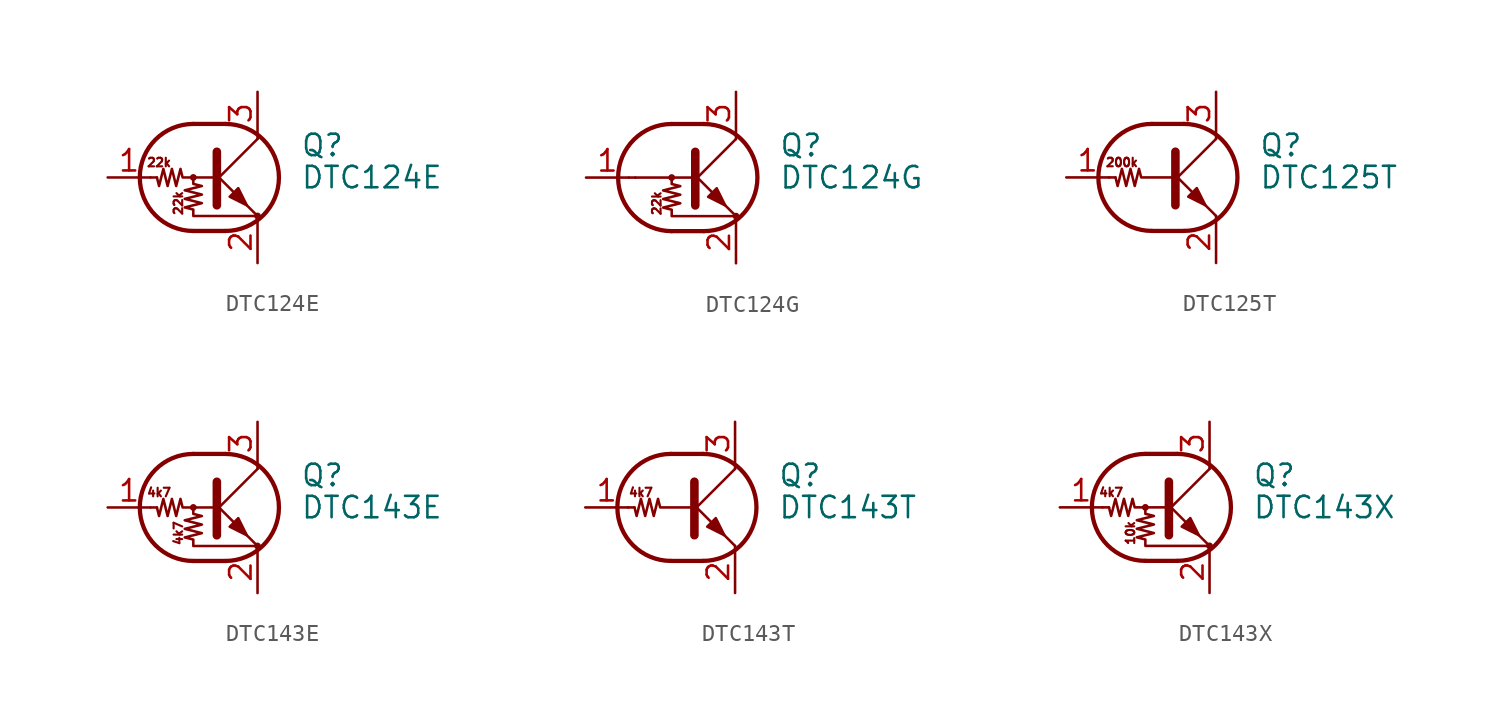
<source format=kicad_sym>
(kicad_symbol_lib
  (version 20220914)
  (generator kicad_symbol_editor)
  (symbol "DTC124E"
    (pin_names
      (offset 0) hide)
    (property "Reference" "Q"
      (at 5.08 1.905 0)
      (effects (font (size 1.27 1.27)) (justify left)))
    (property "Value" "DTC124E"
      (at 5.08 0 0)
      (effects (font (size 1.27 1.27)) (justify left)))
    (symbol "DTC124E_0_0"
      (text "22k" (at -3.302 0.889 0) (effects (font (size 0.508 0.508))))
      (text "22k" (at -2.159 -1.524 900) (effects (font (size 0.508 0.508)))))
    (symbol "DTC124E_0_1"
      (circle (center -1.27 0) (radius 0.127) (stroke (width 0) (type default)) (fill (type none)))
      (arc (start -1.27 3.175) (mid -4.4312 0) (end -1.27 -3.175) (stroke (width 0.254) (type default)) (fill (type none)))
      (polyline (pts (xy -3.429 0) (xy -3.81 0)) (stroke (width 0) (type default)) (fill (type none)))
      (polyline (pts (xy -1.27 -3.175) (xy 0.635 -3.175)) (stroke (width 0.254) (type default)) (fill (type none)))
      (polyline (pts (xy -1.27 3.175) (xy 0.635 3.175)) (stroke (width 0.254) (type default)) (fill (type none)))
      (polyline (pts (xy 0 -0.254) (xy 2.54 2.286)) (stroke (width 0) (type default)) (fill (type none)))
      (polyline (pts (xy 0.127 1.524) (xy 0.127 -1.651)) (stroke (width 0.508) (type default)) (fill (type outline)))
      (polyline (pts (xy 2.54 2.286) (xy 2.54 2.54)) (stroke (width 0) (type default)) (fill (type none)))
      (polyline (pts (xy 2.54 -2.286) (xy 0 0.254) (xy 0 0.254)) (stroke (width 0) (type default)) (fill (type none)))
      (polyline (pts (xy 0.889 -1.143) (xy 1.397 -0.635) (xy 1.905 -1.651) (xy 0.889 -1.143)) (stroke (width 0) (type default)) (fill (type outline)))
      (polyline (pts (xy 0 0) (xy -1.905 0) (xy -2.032 0.508) (xy -2.286 -0.508) (xy -2.54 0.508) (xy -2.794 -0.508) (xy -3.048 0.508) (xy -3.302 -0.508) (xy -3.429 0)) (stroke (width 0) (type default)) (fill (type none)))
      (polyline (pts (xy -1.27 0) (xy -1.27 -0.381) (xy -0.762 -0.508) (xy -1.778 -0.762) (xy -0.762 -1.016) (xy -1.778 -1.27) (xy -0.762 -1.524) (xy -1.778 -1.778) (xy -1.27 -1.905) (xy -1.27 -2.286) (xy 2.54 -2.286)) (stroke (width 0) (type default)) (fill (type none)))
      (arc (start 0.635 -3.175) (mid 3.7962 0) (end 0.635 3.175) (stroke (width 0.254) (type default)) (fill (type none)))
      (circle (center 2.54 -2.286) (radius 0.127) (stroke (width 0) (type default)) (fill (type none))))
    (symbol "DTC124E_1_1"
      (pin input line (at -6.35 0 0) (length 2.54) (name "B" (effects (font (size 1.27 1.27)))) (number "1" (effects (font (size 1.27 1.27)))))
      (pin passive line (at 2.54 -5.08 90) (length 2.54) (name "E" (effects (font (size 1.27 1.27)))) (number "2" (effects (font (size 1.27 1.27)))))
      (pin passive line (at 2.54 5.08 270) (length 2.54) (name "C" (effects (font (size 1.27 1.27)))) (number "3" (effects (font (size 1.27 1.27)))))))
  (symbol "DTC124G"
    (pin_names
      (offset 0) hide)
    (property "Reference" "Q"
      (at 5.08 1.905 0)
      (effects (font (size 1.27 1.27)) (justify left)))
    (property "Value" "DTC124G"
      (at 5.08 0 0)
      (effects (font (size 1.27 1.27)) (justify left)))
    (symbol "DTC124G_0_0"
      (polyline (pts (xy -3.429 0) (xy 0 0)) (stroke (width 0) (type default)) (fill (type none)))
      (text "22k" (at -2.159 -1.524 900) (effects (font (size 0.508 0.508)))))
    (symbol "DTC124G_0_1"
      (circle (center -1.27 0) (radius 0.127) (stroke (width 0) (type default)) (fill (type none)))
      (arc (start -1.27 3.175) (mid -4.4312 0) (end -1.27 -3.175) (stroke (width 0.254) (type default)) (fill (type none)))
      (polyline (pts (xy -3.429 0) (xy -3.81 0)) (stroke (width 0) (type default)) (fill (type none)))
      (polyline (pts (xy -1.27 -3.175) (xy 0.635 -3.175)) (stroke (width 0.254) (type default)) (fill (type none)))
      (polyline (pts (xy -1.27 3.175) (xy 0.635 3.175)) (stroke (width 0.254) (type default)) (fill (type none)))
      (polyline (pts (xy 0 -0.254) (xy 2.54 2.286)) (stroke (width 0) (type default)) (fill (type none)))
      (polyline (pts (xy 0.127 1.524) (xy 0.127 -1.651)) (stroke (width 0.508) (type default)) (fill (type outline)))
      (polyline (pts (xy 2.54 2.286) (xy 2.54 2.54)) (stroke (width 0) (type default)) (fill (type none)))
      (polyline (pts (xy 2.54 -2.286) (xy 0 0.254) (xy 0 0.254)) (stroke (width 0) (type default)) (fill (type none)))
      (polyline (pts (xy 0.889 -1.143) (xy 1.397 -0.635) (xy 1.905 -1.651) (xy 0.889 -1.143)) (stroke (width 0) (type default)) (fill (type outline)))
      (polyline (pts (xy -1.27 0) (xy -1.27 -0.381) (xy -0.762 -0.508) (xy -1.778 -0.762) (xy -0.762 -1.016) (xy -1.778 -1.27) (xy -0.762 -1.524) (xy -1.778 -1.778) (xy -1.27 -1.905) (xy -1.27 -2.286) (xy 2.54 -2.286)) (stroke (width 0) (type default)) (fill (type none)))
      (arc (start 0.635 -3.175) (mid 3.7962 0) (end 0.635 3.175) (stroke (width 0.254) (type default)) (fill (type none)))
      (circle (center 2.54 -2.286) (radius 0.127) (stroke (width 0) (type default)) (fill (type none))))
    (symbol "DTC124G_1_1"
      (pin input line (at -6.35 0 0) (length 2.54) (name "B" (effects (font (size 1.27 1.27)))) (number "1" (effects (font (size 1.27 1.27)))))
      (pin passive line (at 2.54 -5.08 90) (length 2.54) (name "E" (effects (font (size 1.27 1.27)))) (number "2" (effects (font (size 1.27 1.27)))))
      (pin passive line (at 2.54 5.08 270) (length 2.54) (name "C" (effects (font (size 1.27 1.27)))) (number "3" (effects (font (size 1.27 1.27)))))))
  (symbol "DTC125T"
    (pin_names
      (offset 0) hide)
    (property "Reference" "Q"
      (at 5.08 1.905 0)
      (effects (font (size 1.27 1.27)) (justify left)))
    (property "Value" "DTC125T"
      (at 5.08 0 0)
      (effects (font (size 1.27 1.27)) (justify left)))
    (symbol "DTC125T_0_0"
      (polyline (pts (xy 2.54 -2.286) (xy 2.54 -2.54)) (stroke (width 0) (type default)) (fill (type none)))
      (text "200k" (at -3.048 0.889 0) (effects (font (size 0.508 0.508)))))
    (symbol "DTC125T_0_1"
      (arc (start -1.27 3.175) (mid -4.4312 0) (end -1.27 -3.175) (stroke (width 0.254) (type default)) (fill (type none)))
      (polyline (pts (xy -3.429 0) (xy -3.81 0)) (stroke (width 0) (type default)) (fill (type none)))
      (polyline (pts (xy -1.27 -3.175) (xy 0.635 -3.175)) (stroke (width 0.254) (type default)) (fill (type none)))
      (polyline (pts (xy -1.27 3.175) (xy 0.635 3.175)) (stroke (width 0.254) (type default)) (fill (type none)))
      (polyline (pts (xy 0 -0.254) (xy 2.54 2.286)) (stroke (width 0) (type default)) (fill (type none)))
      (polyline (pts (xy 0.127 1.524) (xy 0.127 -1.651)) (stroke (width 0.508) (type default)) (fill (type outline)))
      (polyline (pts (xy 2.54 2.286) (xy 2.54 2.54)) (stroke (width 0) (type default)) (fill (type none)))
      (polyline (pts (xy 2.54 -2.286) (xy 0 0.254) (xy 0 0.254)) (stroke (width 0) (type default)) (fill (type none)))
      (polyline (pts (xy 0.889 -1.143) (xy 1.397 -0.635) (xy 1.905 -1.651) (xy 0.889 -1.143)) (stroke (width 0) (type default)) (fill (type outline)))
      (polyline (pts (xy 0 0) (xy -1.905 0) (xy -2.032 0.508) (xy -2.286 -0.508) (xy -2.54 0.508) (xy -2.794 -0.508) (xy -3.048 0.508) (xy -3.302 -0.508) (xy -3.429 0)) (stroke (width 0) (type default)) (fill (type none)))
      (arc (start 0.635 -3.175) (mid 3.7962 0) (end 0.635 3.175) (stroke (width 0.254) (type default)) (fill (type none))))
    (symbol "DTC125T_1_1"
      (pin input line (at -6.35 0 0) (length 2.54) (name "B" (effects (font (size 1.27 1.27)))) (number "1" (effects (font (size 1.27 1.27)))))
      (pin passive line (at 2.54 -5.08 90) (length 2.54) (name "E" (effects (font (size 1.27 1.27)))) (number "2" (effects (font (size 1.27 1.27)))))
      (pin passive line (at 2.54 5.08 270) (length 2.54) (name "C" (effects (font (size 1.27 1.27)))) (number "3" (effects (font (size 1.27 1.27)))))))
  (symbol "DTC143E"
    (pin_names
      (offset 0) hide)
    (property "Reference" "Q"
      (at 5.08 1.905 0)
      (effects (font (size 1.27 1.27)) (justify left)))
    (property "Value" "DTC143E"
      (at 5.08 0 0)
      (effects (font (size 1.27 1.27)) (justify left)))
    (symbol "DTC143E_0_0"
      (text "4k7" (at -3.302 0.889 0) (effects (font (size 0.508 0.508))))
      (text "4k7" (at -2.159 -1.524 900) (effects (font (size 0.508 0.508)))))
    (symbol "DTC143E_0_1"
      (circle (center -1.27 0) (radius 0.127) (stroke (width 0) (type default)) (fill (type none)))
      (arc (start -1.27 3.175) (mid -4.4312 0) (end -1.27 -3.175) (stroke (width 0.254) (type default)) (fill (type none)))
      (polyline (pts (xy -3.429 0) (xy -3.81 0)) (stroke (width 0) (type default)) (fill (type none)))
      (polyline (pts (xy -1.27 -3.175) (xy 0.635 -3.175)) (stroke (width 0.254) (type default)) (fill (type none)))
      (polyline (pts (xy -1.27 3.175) (xy 0.635 3.175)) (stroke (width 0.254) (type default)) (fill (type none)))
      (polyline (pts (xy 0 -0.254) (xy 2.54 2.286)) (stroke (width 0) (type default)) (fill (type none)))
      (polyline (pts (xy 0.127 1.524) (xy 0.127 -1.651)) (stroke (width 0.508) (type default)) (fill (type outline)))
      (polyline (pts (xy 2.54 2.286) (xy 2.54 2.54)) (stroke (width 0) (type default)) (fill (type none)))
      (polyline (pts (xy 2.54 -2.286) (xy 0 0.254) (xy 0 0.254)) (stroke (width 0) (type default)) (fill (type none)))
      (polyline (pts (xy 0.889 -1.143) (xy 1.397 -0.635) (xy 1.905 -1.651) (xy 0.889 -1.143)) (stroke (width 0) (type default)) (fill (type outline)))
      (polyline (pts (xy 0 0) (xy -1.905 0) (xy -2.032 0.508) (xy -2.286 -0.508) (xy -2.54 0.508) (xy -2.794 -0.508) (xy -3.048 0.508) (xy -3.302 -0.508) (xy -3.429 0)) (stroke (width 0) (type default)) (fill (type none)))
      (polyline (pts (xy -1.27 0) (xy -1.27 -0.381) (xy -0.762 -0.508) (xy -1.778 -0.762) (xy -0.762 -1.016) (xy -1.778 -1.27) (xy -0.762 -1.524) (xy -1.778 -1.778) (xy -1.27 -1.905) (xy -1.27 -2.286) (xy 2.54 -2.286)) (stroke (width 0) (type default)) (fill (type none)))
      (arc (start 0.635 -3.175) (mid 3.7962 0) (end 0.635 3.175) (stroke (width 0.254) (type default)) (fill (type none)))
      (circle (center 2.54 -2.286) (radius 0.127) (stroke (width 0) (type default)) (fill (type none))))
    (symbol "DTC143E_1_1"
      (pin input line (at -6.35 0 0) (length 2.54) (name "B" (effects (font (size 1.27 1.27)))) (number "1" (effects (font (size 1.27 1.27)))))
      (pin passive line (at 2.54 -5.08 90) (length 2.54) (name "E" (effects (font (size 1.27 1.27)))) (number "2" (effects (font (size 1.27 1.27)))))
      (pin passive line (at 2.54 5.08 270) (length 2.54) (name "C" (effects (font (size 1.27 1.27)))) (number "3" (effects (font (size 1.27 1.27)))))))
  (symbol "DTC143T"
    (pin_names
      (offset 0) hide)
    (property "Reference" "Q"
      (at 5.08 1.905 0)
      (effects (font (size 1.27 1.27)) (justify left)))
    (property "Value" "DTC143T"
      (at 5.08 0 0)
      (effects (font (size 1.27 1.27)) (justify left)))
    (symbol "DTC143T_0_0"
      (polyline (pts (xy 2.54 -2.286) (xy 2.54 -2.54)) (stroke (width 0) (type default)) (fill (type none)))
      (text "4k7" (at -3.048 0.889 0) (effects (font (size 0.508 0.508)))))
    (symbol "DTC143T_0_1"
      (arc (start -1.27 3.175) (mid -4.4312 0) (end -1.27 -3.175) (stroke (width 0.254) (type default)) (fill (type none)))
      (polyline (pts (xy -3.429 0) (xy -3.81 0)) (stroke (width 0) (type default)) (fill (type none)))
      (polyline (pts (xy -1.27 -3.175) (xy 0.635 -3.175)) (stroke (width 0.254) (type default)) (fill (type none)))
      (polyline (pts (xy -1.27 3.175) (xy 0.635 3.175)) (stroke (width 0.254) (type default)) (fill (type none)))
      (polyline (pts (xy 0 -0.254) (xy 2.54 2.286)) (stroke (width 0) (type default)) (fill (type none)))
      (polyline (pts (xy 0.127 1.524) (xy 0.127 -1.651)) (stroke (width 0.508) (type default)) (fill (type outline)))
      (polyline (pts (xy 2.54 2.286) (xy 2.54 2.54)) (stroke (width 0) (type default)) (fill (type none)))
      (polyline (pts (xy 2.54 -2.286) (xy 0 0.254) (xy 0 0.254)) (stroke (width 0) (type default)) (fill (type none)))
      (polyline (pts (xy 0.889 -1.143) (xy 1.397 -0.635) (xy 1.905 -1.651) (xy 0.889 -1.143)) (stroke (width 0) (type default)) (fill (type outline)))
      (polyline (pts (xy 0 0) (xy -1.905 0) (xy -2.032 0.508) (xy -2.286 -0.508) (xy -2.54 0.508) (xy -2.794 -0.508) (xy -3.048 0.508) (xy -3.302 -0.508) (xy -3.429 0)) (stroke (width 0) (type default)) (fill (type none)))
      (arc (start 0.635 -3.175) (mid 3.7962 0) (end 0.635 3.175) (stroke (width 0.254) (type default)) (fill (type none))))
    (symbol "DTC143T_1_1"
      (pin input line (at -6.35 0 0) (length 2.54) (name "B" (effects (font (size 1.27 1.27)))) (number "1" (effects (font (size 1.27 1.27)))))
      (pin passive line (at 2.54 -5.08 90) (length 2.54) (name "E" (effects (font (size 1.27 1.27)))) (number "2" (effects (font (size 1.27 1.27)))))
      (pin passive line (at 2.54 5.08 270) (length 2.54) (name "C" (effects (font (size 1.27 1.27)))) (number "3" (effects (font (size 1.27 1.27)))))))
  (symbol "DTC143X"
    (pin_names
      (offset 0) hide)
    (property "Reference" "Q"
      (at 5.08 1.905 0)
      (effects (font (size 1.27 1.27)) (justify left)))
    (property "Value" "DTC143X"
      (at 5.08 0 0)
      (effects (font (size 1.27 1.27)) (justify left)))
    (symbol "DTC143X_0_0"
      (text "10k" (at -2.159 -1.524 900) (effects (font (size 0.508 0.508))))
      (text "4k7" (at -3.302 0.889 0) (effects (font (size 0.508 0.508)))))
    (symbol "DTC143X_0_1"
      (circle (center -1.27 0) (radius 0.127) (stroke (width 0) (type default)) (fill (type none)))
      (arc (start -1.27 3.175) (mid -4.4312 0) (end -1.27 -3.175) (stroke (width 0.254) (type default)) (fill (type none)))
      (polyline (pts (xy -3.429 0) (xy -3.81 0)) (stroke (width 0) (type default)) (fill (type none)))
      (polyline (pts (xy -1.27 -3.175) (xy 0.635 -3.175)) (stroke (width 0.254) (type default)) (fill (type none)))
      (polyline (pts (xy -1.27 3.175) (xy 0.635 3.175)) (stroke (width 0.254) (type default)) (fill (type none)))
      (polyline (pts (xy 0 -0.254) (xy 2.54 2.286)) (stroke (width 0) (type default)) (fill (type none)))
      (polyline (pts (xy 0.127 1.524) (xy 0.127 -1.651)) (stroke (width 0.508) (type default)) (fill (type outline)))
      (polyline (pts (xy 2.54 2.286) (xy 2.54 2.54)) (stroke (width 0) (type default)) (fill (type none)))
      (polyline (pts (xy 2.54 -2.286) (xy 0 0.254) (xy 0 0.254)) (stroke (width 0) (type default)) (fill (type none)))
      (polyline (pts (xy 0.889 -1.143) (xy 1.397 -0.635) (xy 1.905 -1.651) (xy 0.889 -1.143)) (stroke (width 0) (type default)) (fill (type outline)))
      (polyline (pts (xy 0 0) (xy -1.905 0) (xy -2.032 0.508) (xy -2.286 -0.508) (xy -2.54 0.508) (xy -2.794 -0.508) (xy -3.048 0.508) (xy -3.302 -0.508) (xy -3.429 0)) (stroke (width 0) (type default)) (fill (type none)))
      (polyline (pts (xy -1.27 0) (xy -1.27 -0.381) (xy -0.762 -0.508) (xy -1.778 -0.762) (xy -0.762 -1.016) (xy -1.778 -1.27) (xy -0.762 -1.524) (xy -1.778 -1.778) (xy -1.27 -1.905) (xy -1.27 -2.286) (xy 2.54 -2.286)) (stroke (width 0) (type default)) (fill (type none)))
      (arc (start 0.635 -3.175) (mid 3.7962 0) (end 0.635 3.175) (stroke (width 0.254) (type default)) (fill (type none)))
      (circle (center 2.54 -2.286) (radius 0.127) (stroke (width 0) (type default)) (fill (type none))))
    (symbol "DTC143X_1_1"
      (pin input line (at -6.35 0 0) (length 2.54) (name "B" (effects (font (size 1.27 1.27)))) (number "1" (effects (font (size 1.27 1.27)))))
      (pin passive line (at 2.54 -5.08 90) (length 2.54) (name "E" (effects (font (size 1.27 1.27)))) (number "2" (effects (font (size 1.27 1.27)))))
      (pin passive line (at 2.54 5.08 270) (length 2.54) (name "C" (effects (font (size 1.27 1.27)))) (number "3" (effects (font (size 1.27 1.27))))))))
</source>
